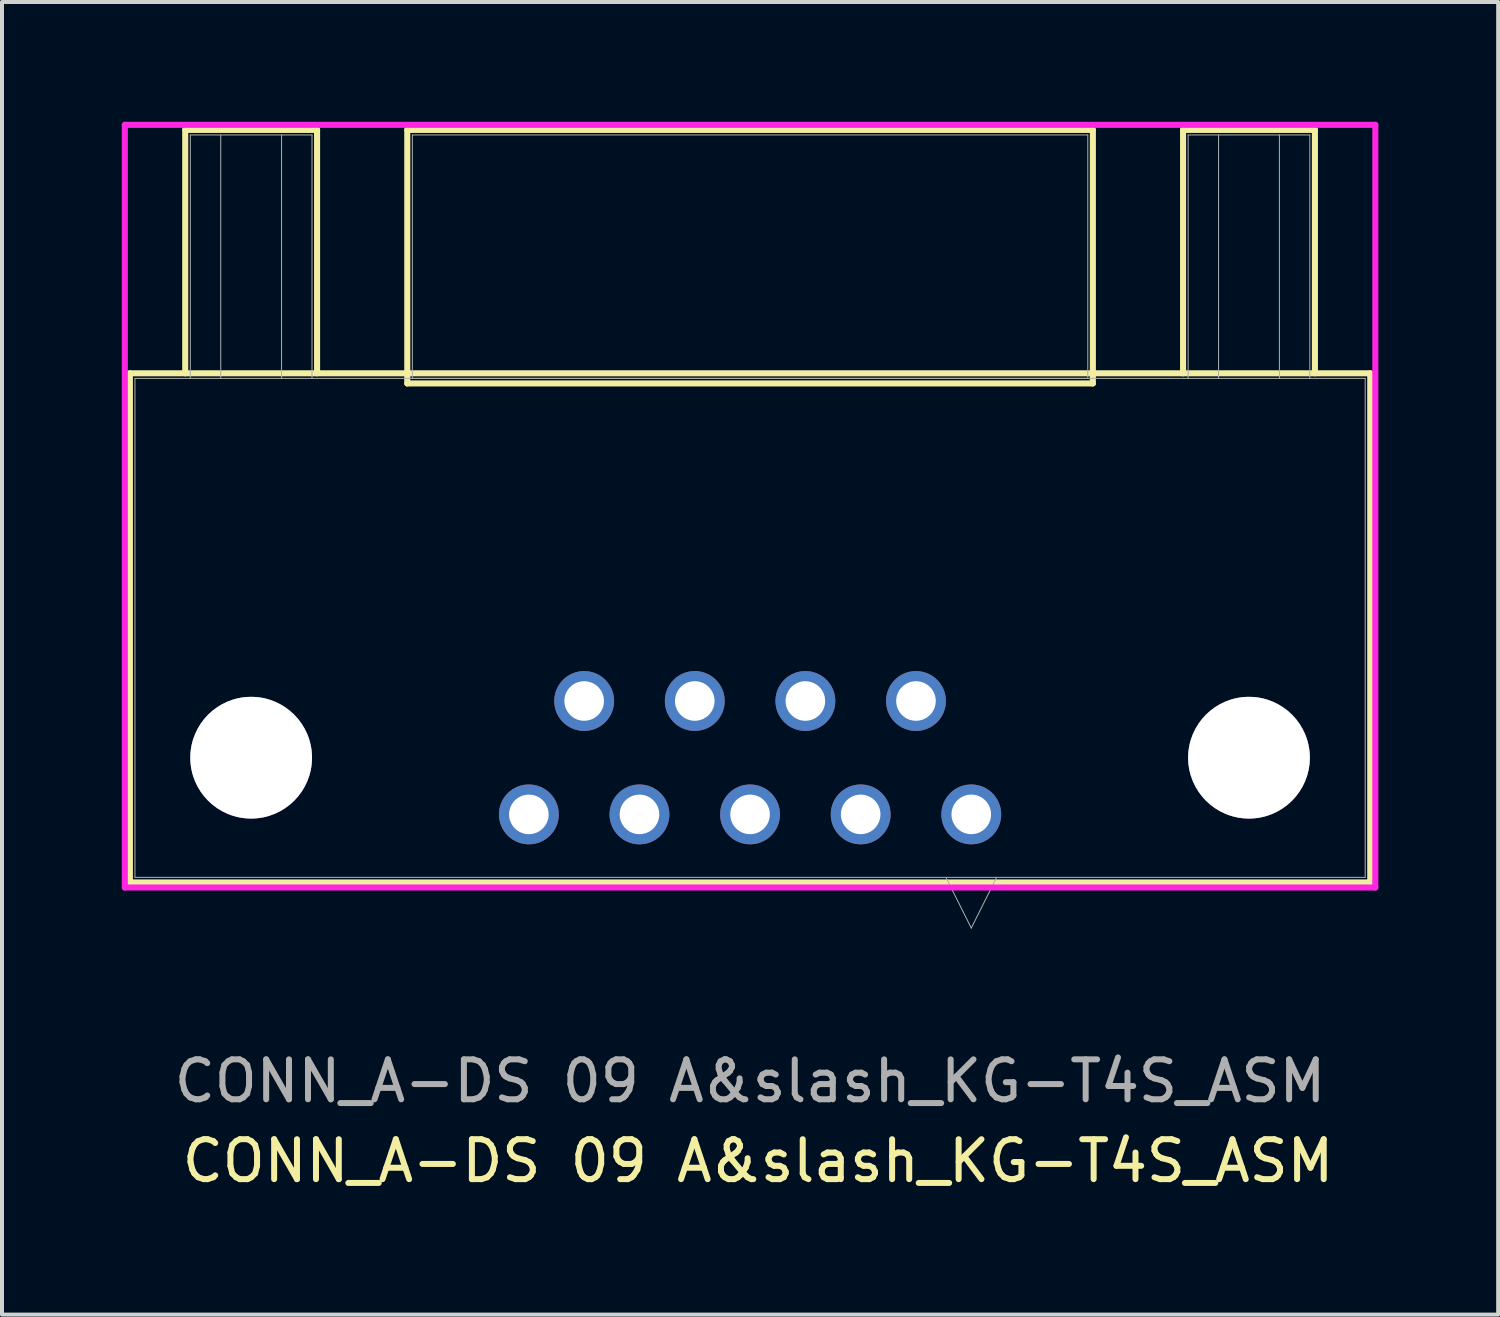
<source format=kicad_pcb>
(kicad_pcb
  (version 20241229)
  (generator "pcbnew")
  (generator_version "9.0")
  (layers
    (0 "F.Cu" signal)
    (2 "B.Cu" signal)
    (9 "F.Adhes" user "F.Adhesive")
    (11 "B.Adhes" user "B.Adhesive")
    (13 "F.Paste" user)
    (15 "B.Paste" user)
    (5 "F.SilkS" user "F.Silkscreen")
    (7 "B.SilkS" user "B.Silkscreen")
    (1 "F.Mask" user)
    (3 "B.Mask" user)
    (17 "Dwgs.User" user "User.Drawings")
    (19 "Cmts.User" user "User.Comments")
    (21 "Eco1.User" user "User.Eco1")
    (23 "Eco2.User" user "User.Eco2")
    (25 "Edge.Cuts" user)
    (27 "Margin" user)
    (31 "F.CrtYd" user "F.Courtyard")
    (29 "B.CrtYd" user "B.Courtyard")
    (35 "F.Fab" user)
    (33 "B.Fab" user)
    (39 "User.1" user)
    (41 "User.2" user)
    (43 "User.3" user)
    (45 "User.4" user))
  (footprint "CONN_A-DS 09 A&slash_KG-T4S_ASM"
    (layer "F.Cu")
    (at 15.735 6.426)
    (property "Reference" "CONN_A-DS 09 A&slash_KG-T4S_ASM" (at 0.2 19.6 0) (unlocked yes) (layer "F.SilkS") (effects (font (size 1 1) (thickness 0.15))))
    (attr through_hole)
    (fp_line (start -15.532 -0.127) (end -15.532 12.624) (stroke (width 0.152) (type solid)) (layer "F.SilkS"))
    (fp_line (start -15.532 12.624) (end 15.532 12.624) (stroke (width 0.152) (type solid)) (layer "F.SilkS"))
    (fp_line (start -14.146 -6.223) (end -10.844 -6.223) (stroke (width 0.152) (type solid)) (layer "F.SilkS"))
    (fp_line (start -14.146 -0.127) (end -14.146 -6.223) (stroke (width 0.152) (type solid)) (layer "F.SilkS"))
    (fp_line (start -10.844 -6.223) (end -10.844 -0.127) (stroke (width 0.152) (type solid)) (layer "F.SilkS"))
    (fp_line (start -8.585 -6.223) (end -8.585 0.127) (stroke (width 0.152) (type solid)) (layer "F.SilkS"))
    (fp_line (start -8.585 0.127) (end 8.585 0.127) (stroke (width 0.152) (type solid)) (layer "F.SilkS"))
    (fp_line (start 8.585 -6.223) (end -8.585 -6.223) (stroke (width 0.152) (type solid)) (layer "F.SilkS"))
    (fp_line (start 8.585 0.127) (end 8.585 -6.223) (stroke (width 0.152) (type solid)) (layer "F.SilkS"))
    (fp_line (start 10.844 -6.223) (end 14.146 -6.223) (stroke (width 0.152) (type solid)) (layer "F.SilkS"))
    (fp_line (start 10.844 -0.127) (end 10.844 -6.223) (stroke (width 0.152) (type solid)) (layer "F.SilkS"))
    (fp_line (start 14.146 -6.223) (end 14.146 -0.127) (stroke (width 0.152) (type solid)) (layer "F.SilkS"))
    (fp_line (start 15.532 -0.127) (end -15.532 -0.127) (stroke (width 0.152) (type solid)) (layer "F.SilkS"))
    (fp_line (start 15.532 12.624) (end 15.532 -0.127) (stroke (width 0.152) (type solid)) (layer "F.SilkS"))
    (fp_line (start -15.659 -6.35) (end -15.659 12.751) (stroke (width 0.152) (type solid)) (layer "F.CrtYd"))
    (fp_line (start -15.659 12.751) (end 15.659 12.751) (stroke (width 0.152) (type solid)) (layer "F.CrtYd"))
    (fp_line (start 15.659 -6.35) (end -15.659 -6.35) (stroke (width 0.152) (type solid)) (layer "F.CrtYd"))
    (fp_line (start 15.659 12.751) (end 15.659 -6.35) (stroke (width 0.152) (type solid)) (layer "F.CrtYd"))
    (fp_line (start -15.405 0) (end -15.405 12.497) (stroke (width 0.025) (type solid)) (layer "F.Fab"))
    (fp_line (start -15.405 12.497) (end 15.405 12.497) (stroke (width 0.025) (type solid)) (layer "F.Fab"))
    (fp_line (start -14.019 -6.096) (end -10.971 -6.096) (stroke (width 0.025) (type solid)) (layer "F.Fab"))
    (fp_line (start -14.019 0) (end -14.019 -6.096) (stroke (width 0.025) (type solid)) (layer "F.Fab"))
    (fp_line (start -13.257 0) (end -13.257 -6.096) (stroke (width 0.025) (type solid)) (layer "F.Fab"))
    (fp_line (start -11.733 -6.096) (end -11.733 0) (stroke (width 0.025) (type solid)) (layer "F.Fab"))
    (fp_line (start -10.971 -6.096) (end -10.971 0) (stroke (width 0.025) (type solid)) (layer "F.Fab"))
    (fp_line (start -8.458 -6.096) (end -8.458 0) (stroke (width 0.025) (type solid)) (layer "F.Fab"))
    (fp_line (start -8.458 0) (end 8.458 0) (stroke (width 0.025) (type solid)) (layer "F.Fab"))
    (fp_line (start 4.905 12.497) (end 5.54 13.767) (stroke (width 0.025) (type solid)) (layer "F.Fab"))
    (fp_line (start 6.175 12.497) (end 5.54 13.767) (stroke (width 0.025) (type solid)) (layer "F.Fab"))
    (fp_line (start 8.458 -6.096) (end -8.458 -6.096) (stroke (width 0.025) (type solid)) (layer "F.Fab"))
    (fp_line (start 8.458 0) (end 8.458 -6.096) (stroke (width 0.025) (type solid)) (layer "F.Fab"))
    (fp_line (start 10.971 -6.096) (end 14.019 -6.096) (stroke (width 0.025) (type solid)) (layer "F.Fab"))
    (fp_line (start 10.971 0) (end 10.971 -6.096) (stroke (width 0.025) (type solid)) (layer "F.Fab"))
    (fp_line (start 11.733 0) (end 11.733 -6.096) (stroke (width 0.025) (type solid)) (layer "F.Fab"))
    (fp_line (start 13.257 -6.096) (end 13.257 0) (stroke (width 0.025) (type solid)) (layer "F.Fab"))
    (fp_line (start 14.019 -6.096) (end 14.019 0) (stroke (width 0.025) (type solid)) (layer "F.Fab"))
    (fp_line (start 15.405 0) (end -15.405 0) (stroke (width 0.025) (type solid)) (layer "F.Fab"))
    (fp_line (start 15.405 12.497) (end 15.405 0) (stroke (width 0.025) (type solid)) (layer "F.Fab"))
    (fp_text user "${REFERENCE}" (at 0 17.6 0) (unlocked yes) (layer "F.Fab") (effects (font (size 1 1) (thickness 0.15))))
    (pad "1" thru_hole circle (at 5.54 10.92) (size 1.499 1.499) (drill 0.991) (layers "*.Cu" "*.Mask"))
    (pad "2" thru_hole circle (at 2.77 10.92) (size 1.499 1.499) (drill 0.991) (layers "*.Cu" "*.Mask"))
    (pad "3" thru_hole circle (at 0 10.92) (size 1.499 1.499) (drill 0.991) (layers "*.Cu" "*.Mask"))
    (pad "4" thru_hole circle (at -2.77 10.92) (size 1.499 1.499) (drill 0.991) (layers "*.Cu" "*.Mask"))
    (pad "5" thru_hole circle (at -5.54 10.92) (size 1.499 1.499) (drill 0.991) (layers "*.Cu" "*.Mask"))
    (pad "6" thru_hole circle (at 4.155 8.08) (size 1.499 1.499) (drill 0.991) (layers "*.Cu" "*.Mask"))
    (pad "7" thru_hole circle (at 1.385 8.08) (size 1.499 1.499) (drill 0.991) (layers "*.Cu" "*.Mask"))
    (pad "8" thru_hole circle (at -1.385 8.08) (size 1.499 1.499) (drill 0.991) (layers "*.Cu" "*.Mask"))
    (pad "9" thru_hole circle (at -4.155 8.08) (size 1.499 1.499) (drill 0.991) (layers "*.Cu" "*.Mask"))
    (pad "10" thru_hole circle (at -12.495 9.5) (size 3.048 3.048) (drill 3.048) (layers "*.Cu" "*.Mask"))
    (pad "11" thru_hole circle (at 12.495 9.5) (size 3.048 3.048) (drill 3.048) (layers "*.Cu" "*.Mask")))
  (gr_rect
    (start -3 -3)
    (end 34.471 29.874)
    (stroke (width 0.1) (type default))
    (fill no)
    (layer "Edge.Cuts")))
</source>
